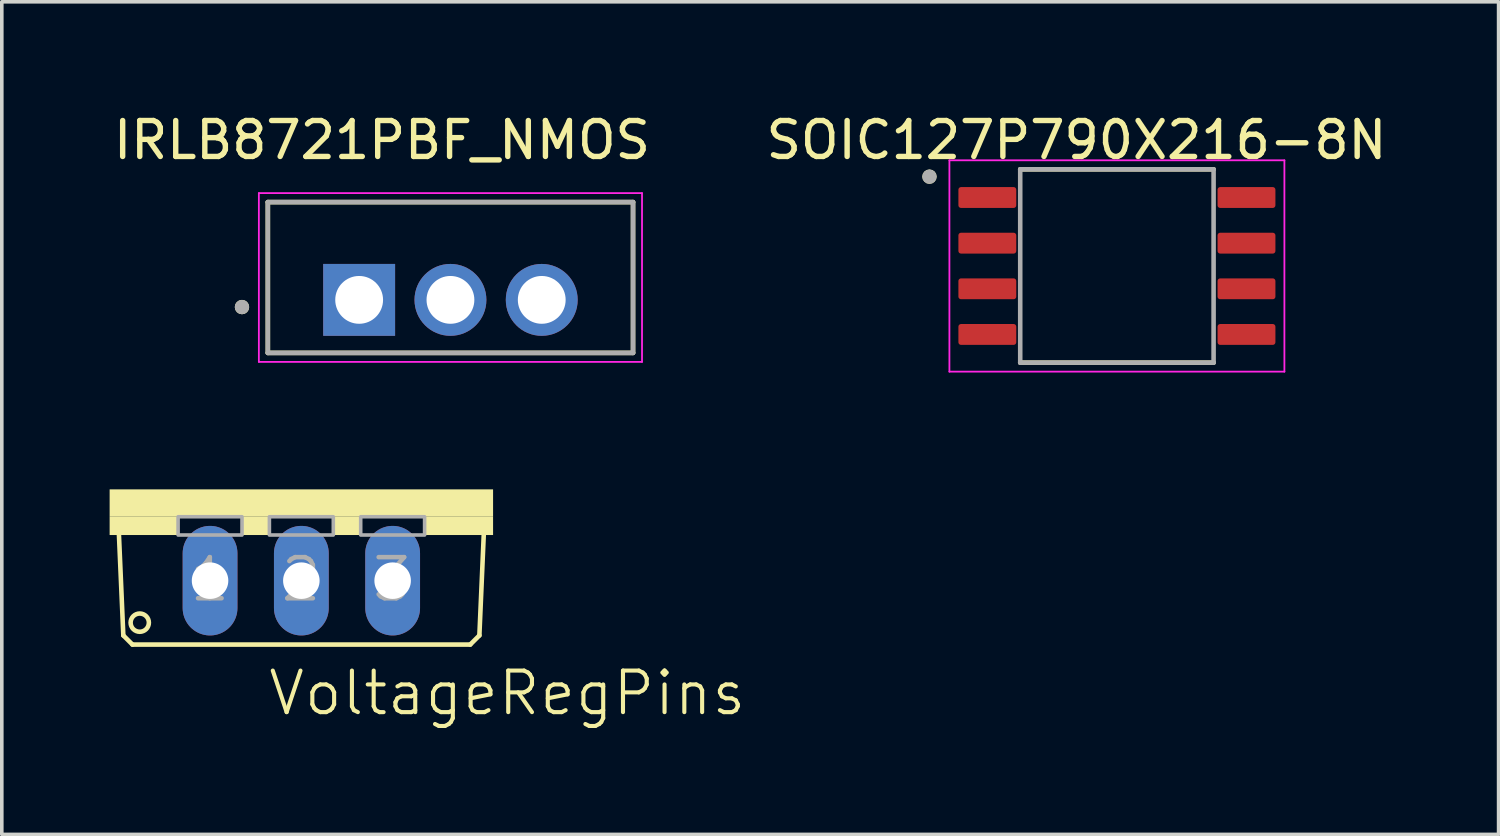
<source format=kicad_pcb>
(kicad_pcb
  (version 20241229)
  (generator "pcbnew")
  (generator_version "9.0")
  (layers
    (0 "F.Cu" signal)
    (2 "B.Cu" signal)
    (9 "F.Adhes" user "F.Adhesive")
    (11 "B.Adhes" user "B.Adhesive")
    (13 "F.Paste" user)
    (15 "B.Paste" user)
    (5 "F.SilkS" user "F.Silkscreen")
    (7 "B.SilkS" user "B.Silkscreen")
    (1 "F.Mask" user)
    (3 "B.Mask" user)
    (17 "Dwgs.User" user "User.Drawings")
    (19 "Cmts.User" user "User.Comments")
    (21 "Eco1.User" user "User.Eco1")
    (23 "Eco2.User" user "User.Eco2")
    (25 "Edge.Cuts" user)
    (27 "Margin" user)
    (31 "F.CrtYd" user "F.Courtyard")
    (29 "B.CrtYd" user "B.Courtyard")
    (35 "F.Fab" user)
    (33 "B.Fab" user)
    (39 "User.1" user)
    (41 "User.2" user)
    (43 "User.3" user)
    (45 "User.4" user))
  (footprint "SOIC127P790X216-8N"
    (layer "F.Cu")
    (at 28.024 4.35)
    (property "Reference" "SOIC127P790X216-8N" (at -1.125 -3.502 0) (layer "F.SilkS") (effects (font (size 1 1) (thickness 0.15))))
    (attr smd)
    (fp_line (start -2.69 -2.69) (end 2.69 -2.69) (stroke (width 0.127) (type solid)) (layer "F.SilkS"))
    (fp_line (start -2.69 2.69) (end 2.69 2.69) (stroke (width 0.127) (type solid)) (layer "F.SilkS"))
    (fp_circle (center -5.215 -2.485) (end -5.115 -2.485) (stroke (width 0.2) (type solid)) (fill no) (layer "F.SilkS"))
    (fp_line (start -4.66 -2.94) (end -4.66 2.94) (stroke (width 0.05) (type solid)) (layer "F.CrtYd"))
    (fp_line (start -4.66 -2.94) (end 4.66 -2.94) (stroke (width 0.05) (type solid)) (layer "F.CrtYd"))
    (fp_line (start -4.66 2.94) (end 4.66 2.94) (stroke (width 0.05) (type solid)) (layer "F.CrtYd"))
    (fp_line (start 4.66 -2.94) (end 4.66 2.94) (stroke (width 0.05) (type solid)) (layer "F.CrtYd"))
    (fp_line (start -2.69 -2.69) (end -2.69 2.69) (stroke (width 0.127) (type solid)) (layer "F.Fab"))
    (fp_line (start -2.69 -2.69) (end 2.69 -2.69) (stroke (width 0.127) (type solid)) (layer "F.Fab"))
    (fp_line (start -2.69 2.69) (end 2.69 2.69) (stroke (width 0.127) (type solid)) (layer "F.Fab"))
    (fp_line (start 2.69 -2.69) (end 2.69 2.69) (stroke (width 0.127) (type solid)) (layer "F.Fab"))
    (fp_circle (center -5.215 -2.485) (end -5.115 -2.485) (stroke (width 0.2) (type solid)) (fill no) (layer "F.Fab"))
    (pad "1" smd roundrect (at -3.605 -1.905) (size 1.61 0.58) (layers "F.Cu" "F.Mask" "F.Paste") (roundrect_rratio 0.125))
    (pad "2" smd roundrect (at -3.605 -0.635) (size 1.61 0.58) (layers "F.Cu" "F.Mask" "F.Paste") (roundrect_rratio 0.125))
    (pad "3" smd roundrect (at -3.605 0.635) (size 1.61 0.58) (layers "F.Cu" "F.Mask" "F.Paste") (roundrect_rratio 0.125))
    (pad "4" smd roundrect (at -3.605 1.905) (size 1.61 0.58) (layers "F.Cu" "F.Mask" "F.Paste") (roundrect_rratio 0.125))
    (pad "5" smd roundrect (at 3.605 1.905) (size 1.61 0.58) (layers "F.Cu" "F.Mask" "F.Paste") (roundrect_rratio 0.125))
    (pad "6" smd roundrect (at 3.605 0.635) (size 1.61 0.58) (layers "F.Cu" "F.Mask" "F.Paste") (roundrect_rratio 0.125))
    (pad "7" smd roundrect (at 3.605 -0.635) (size 1.61 0.58) (layers "F.Cu" "F.Mask" "F.Paste") (roundrect_rratio 0.125))
    (pad "8" smd roundrect (at 3.605 -1.905) (size 1.61 0.58) (layers "F.Cu" "F.Mask" "F.Paste") (roundrect_rratio 0.125)))
  (footprint "IRLB8721PBF_NMOS"
    (layer "F.Cu")
    (at 9.482 5.293)
    (property "Reference" "IRLB8721PBF_NMOS" (at -1.905 -4.445 0) (layer "F.SilkS") (effects (font (size 1 1) (thickness 0.15))))
    (attr through_hole)
    (fp_line (start -5.08 -2.72) (end 5.08 -2.72) (stroke (width 0.127) (type solid)) (layer "F.SilkS"))
    (fp_line (start -5.08 1.475) (end -5.08 -2.72) (stroke (width 0.127) (type solid)) (layer "F.SilkS"))
    (fp_line (start 5.08 -2.72) (end 5.08 1.475) (stroke (width 0.127) (type solid)) (layer "F.SilkS"))
    (fp_line (start 5.08 1.475) (end -5.08 1.475) (stroke (width 0.127) (type solid)) (layer "F.SilkS"))
    (fp_circle (center -5.8 0.2) (end -5.7 0.2) (stroke (width 0.2) (type solid)) (fill no) (layer "F.SilkS"))
    (fp_line (start -5.33 -2.97) (end 5.33 -2.97) (stroke (width 0.05) (type solid)) (layer "F.CrtYd"))
    (fp_line (start -5.33 1.725) (end -5.33 -2.97) (stroke (width 0.05) (type solid)) (layer "F.CrtYd"))
    (fp_line (start 5.33 -2.97) (end 5.33 1.725) (stroke (width 0.05) (type solid)) (layer "F.CrtYd"))
    (fp_line (start 5.33 1.725) (end -5.33 1.725) (stroke (width 0.05) (type solid)) (layer "F.CrtYd"))
    (fp_line (start -5.08 -2.72) (end 5.08 -2.72) (stroke (width 0.127) (type solid)) (layer "F.Fab"))
    (fp_line (start -5.08 1.475) (end -5.08 -2.72) (stroke (width 0.127) (type solid)) (layer "F.Fab"))
    (fp_line (start 5.08 -2.72) (end 5.08 1.475) (stroke (width 0.127) (type solid)) (layer "F.Fab"))
    (fp_line (start 5.08 1.475) (end -5.08 1.475) (stroke (width 0.127) (type solid)) (layer "F.Fab"))
    (fp_circle (center -5.8 0.2) (end -5.7 0.2) (stroke (width 0.2) (type solid)) (fill no) (layer "F.Fab"))
    (pad "1" thru_hole rect (at -2.54 0) (size 2 2) (drill 1.33) (layers "*.Cu" "*.Mask"))
    (pad "2" thru_hole circle (at 0 0) (size 2 2) (drill 1.33) (layers "*.Cu" "*.Mask"))
    (pad "3" thru_hole circle (at 2.54 0) (size 2 2) (drill 1.33) (layers "*.Cu" "*.Mask")))
  (footprint "VoltageRegPins"
    (layer "F.Cu")
    (at 5.334 10.565)
    (property "Reference" "VoltageRegPins" (at -0.98 6.345 0) (unlocked yes) (layer "F.SilkS") (effects (font (size 1.156 1.156) (thickness 0.114)) (justify left bottom)))
    (fp_line (start -4.953 4.064) (end -5.08 1.143) (stroke (width 0.127) (type solid)) (layer "F.SilkS"))
    (fp_line (start -4.953 4.064) (end -4.699 4.318) (stroke (width 0.127) (type solid)) (layer "F.SilkS"))
    (fp_line (start 4.699 4.318) (end -4.699 4.318) (stroke (width 0.127) (type solid)) (layer "F.SilkS"))
    (fp_line (start 4.699 4.318) (end 4.953 4.064) (stroke (width 0.127) (type solid)) (layer "F.SilkS"))
    (fp_line (start 5.08 1.143) (end 4.953 4.064) (stroke (width 0.127) (type solid)) (layer "F.SilkS"))
    (fp_circle (center -4.496 3.708) (end -4.242 3.708) (stroke (width 0.127) (type solid)) (fill no) (layer "F.SilkS"))
    (fp_poly (pts (xy -5.334 0.762) (xy 5.334 0.762) (xy 5.334 0) (xy -5.334 0)) (stroke (width 0) (type default)) (fill yes) (layer "F.SilkS"))
    (fp_poly (pts (xy -5.334 1.27) (xy -3.429 1.27) (xy -3.429 0.762) (xy -5.334 0.762)) (stroke (width 0) (type default)) (fill yes) (layer "F.SilkS"))
    (fp_poly (pts (xy -1.651 1.27) (xy -0.889 1.27) (xy -0.889 0.762) (xy -1.651 0.762)) (stroke (width 0) (type default)) (fill yes) (layer "F.SilkS"))
    (fp_poly (pts (xy 0.889 1.27) (xy 1.651 1.27) (xy 1.651 0.762) (xy 0.889 0.762)) (stroke (width 0) (type default)) (fill yes) (layer "F.SilkS"))
    (fp_poly (pts (xy 3.429 1.27) (xy 5.334 1.27) (xy 5.334 0.762) (xy 3.429 0.762)) (stroke (width 0) (type default)) (fill yes) (layer "F.SilkS"))
    (fp_poly (pts (xy -3.429 1.27) (xy -1.651 1.27) (xy -1.651 0.762) (xy -3.429 0.762)) (stroke (width 0.1) (type default)) (fill no) (layer "F.Fab"))
    (fp_poly (pts (xy -0.889 1.27) (xy 0.889 1.27) (xy 0.889 0.762) (xy -0.889 0.762)) (stroke (width 0.1) (type default)) (fill no) (layer "F.Fab"))
    (fp_poly (pts (xy 1.651 1.27) (xy 3.429 1.27) (xy 3.429 0.762) (xy 1.651 0.762)) (stroke (width 0.1) (type default)) (fill no) (layer "F.Fab"))
    (fp_text user "3" (at 1.905 3.175 0) (unlocked yes) (layer "F.Fab") (effects (font (size 1.143 1.143) (thickness 0.127)) (justify left bottom)))
    (fp_text user "2" (at -0.635 3.175 0) (unlocked yes) (layer "F.Fab") (effects (font (size 1.143 1.143) (thickness 0.127)) (justify left bottom)))
    (fp_text user "1" (at -3.175 3.175 0) (unlocked yes) (layer "F.Fab") (effects (font (size 1.143 1.143) (thickness 0.127)) (justify left bottom)))
    (pad "1" thru_hole oval (at -2.54 2.54 90) (size 3.048 1.524) (drill 1.016) (layers "*.Cu" "*.Mask"))
    (pad "2" thru_hole oval (at 0 2.54 90) (size 3.048 1.524) (drill 1.016) (layers "*.Cu" "*.Mask"))
    (pad "3" thru_hole oval (at 2.54 2.54 90) (size 3.048 1.524) (drill 1.016) (layers "*.Cu" "*.Mask")))
  (gr_rect
    (start -3 -3)
    (end 38.643 20.165)
    (stroke (width 0.1) (type default))
    (fill no)
    (layer "Edge.Cuts")))
</source>
